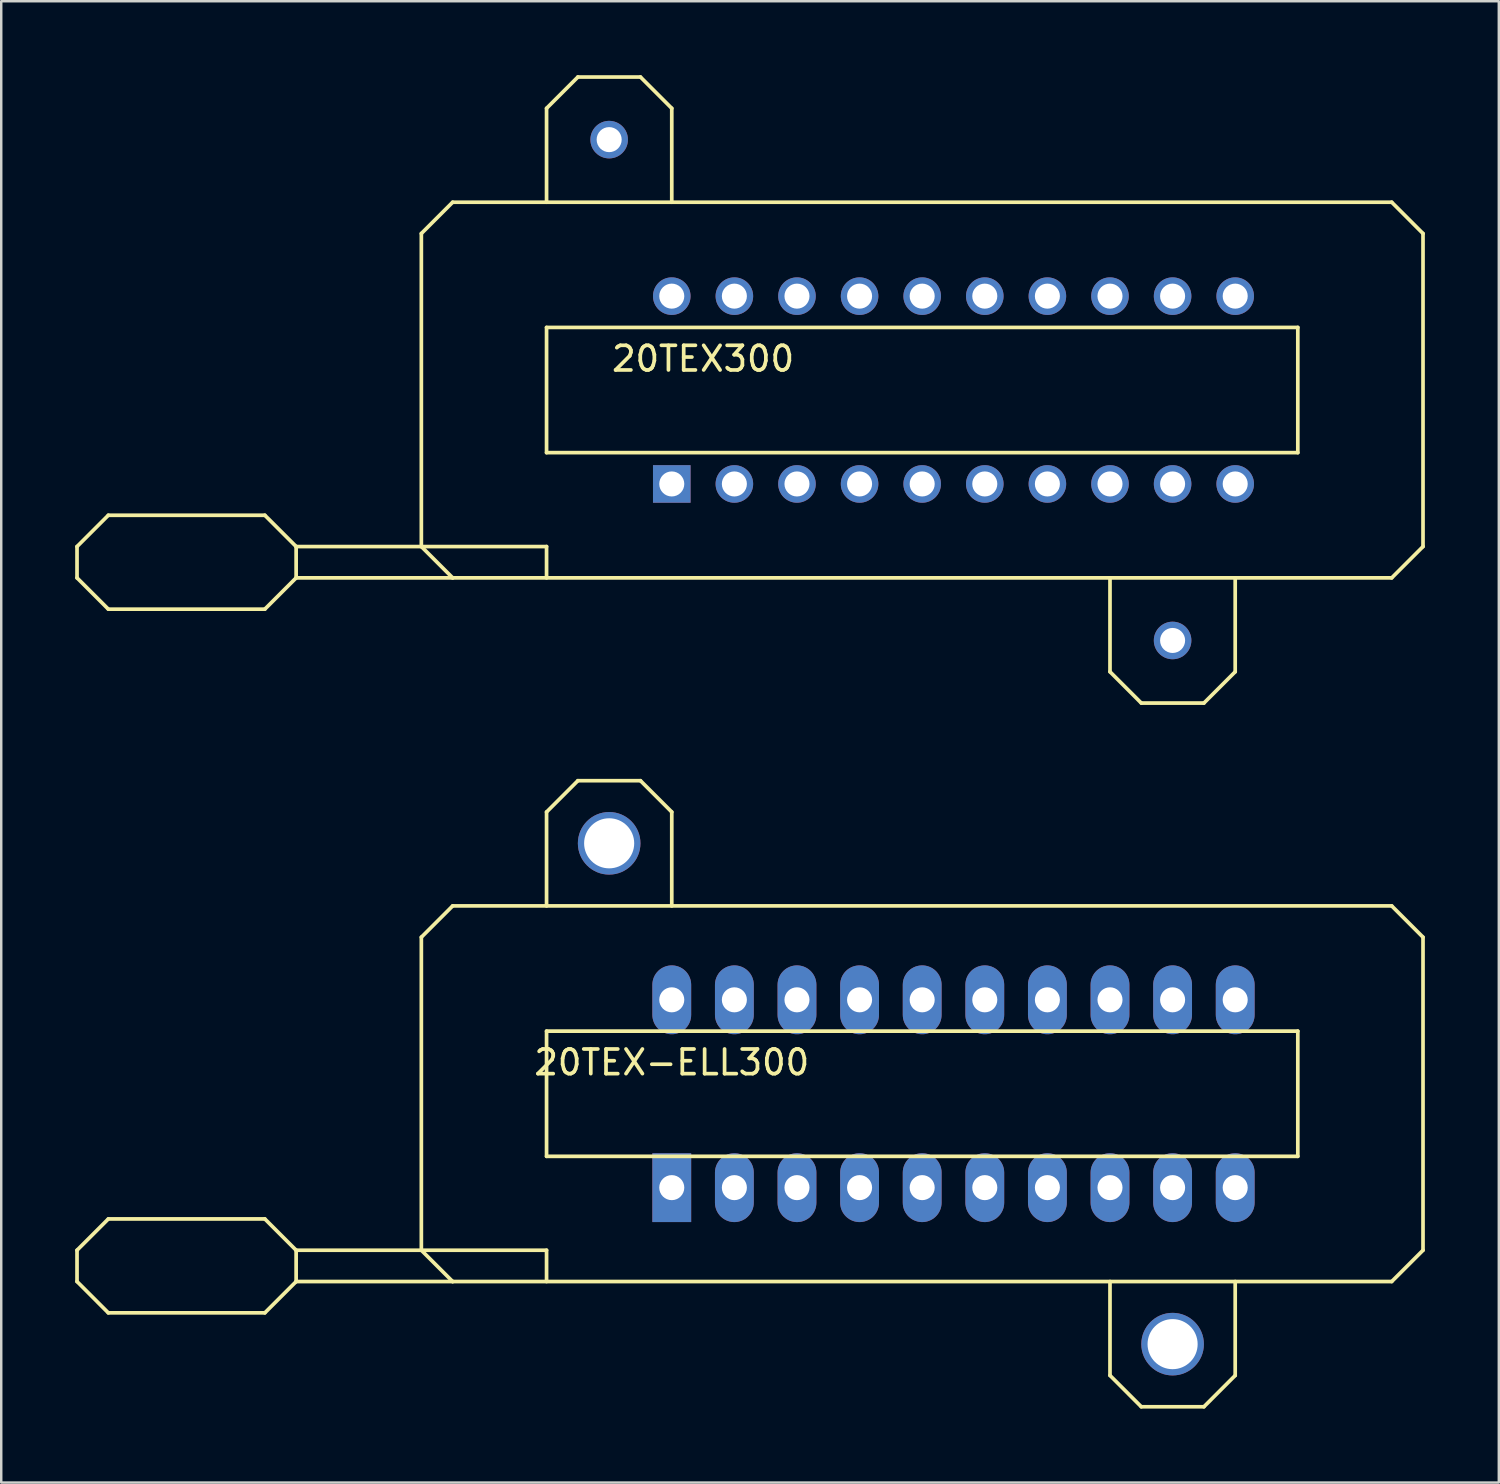
<source format=kicad_pcb>
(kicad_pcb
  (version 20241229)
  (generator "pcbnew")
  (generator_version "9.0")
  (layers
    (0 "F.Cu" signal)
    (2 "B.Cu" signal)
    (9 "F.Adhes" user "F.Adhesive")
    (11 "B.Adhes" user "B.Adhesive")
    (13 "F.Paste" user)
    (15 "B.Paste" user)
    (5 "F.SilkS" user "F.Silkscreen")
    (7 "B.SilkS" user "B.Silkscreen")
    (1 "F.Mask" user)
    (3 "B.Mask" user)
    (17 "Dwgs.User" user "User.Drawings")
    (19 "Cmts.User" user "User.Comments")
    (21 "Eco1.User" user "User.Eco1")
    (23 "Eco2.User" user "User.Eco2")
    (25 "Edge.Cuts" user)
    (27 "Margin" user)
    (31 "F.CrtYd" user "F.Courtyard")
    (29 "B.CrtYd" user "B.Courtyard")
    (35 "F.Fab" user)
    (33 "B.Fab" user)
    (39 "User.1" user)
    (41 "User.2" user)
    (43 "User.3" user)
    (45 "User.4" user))
  (footprint "20TEX300"
    (layer "F.Cu")
    (at 35.635 12.775)
    (property "Reference" "20TEX300" (at -10.16 -1.27 180) (layer "F.SilkS") (effects (font (size 1 1) (thickness 0.15))))
    (attr through_hole)
    (fp_line (start -35.56 6.35) (end -35.56 7.62) (stroke (width 0.15) (type solid)) (layer "F.SilkS"))
    (fp_line (start -35.56 7.62) (end -34.29 8.89) (stroke (width 0.15) (type solid)) (layer "F.SilkS"))
    (fp_line (start -34.29 5.08) (end -35.56 6.35) (stroke (width 0.15) (type solid)) (layer "F.SilkS"))
    (fp_line (start -34.29 8.89) (end -27.94 8.89) (stroke (width 0.15) (type solid)) (layer "F.SilkS"))
    (fp_line (start -27.94 5.08) (end -34.29 5.08) (stroke (width 0.15) (type solid)) (layer "F.SilkS"))
    (fp_line (start -27.94 8.89) (end -26.67 7.62) (stroke (width 0.15) (type solid)) (layer "F.SilkS"))
    (fp_line (start -26.67 6.35) (end -27.94 5.08) (stroke (width 0.15) (type solid)) (layer "F.SilkS"))
    (fp_line (start -26.67 6.35) (end -16.51 6.35) (stroke (width 0.15) (type solid)) (layer "F.SilkS"))
    (fp_line (start -26.67 7.62) (end -26.67 6.35) (stroke (width 0.15) (type solid)) (layer "F.SilkS"))
    (fp_line (start -26.67 7.62) (end -20.32 7.62) (stroke (width 0.15) (type solid)) (layer "F.SilkS"))
    (fp_line (start -21.59 -6.35) (end -20.32 -7.62) (stroke (width 0.15) (type solid)) (layer "F.SilkS"))
    (fp_line (start -21.59 6.35) (end -21.59 -6.35) (stroke (width 0.15) (type solid)) (layer "F.SilkS"))
    (fp_line (start -20.32 -7.62) (end 17.78 -7.62) (stroke (width 0.15) (type solid)) (layer "F.SilkS"))
    (fp_line (start -20.32 7.62) (end -21.59 6.35) (stroke (width 0.15) (type solid)) (layer "F.SilkS"))
    (fp_line (start -16.51 -11.43) (end -16.51 -7.62) (stroke (width 0.15) (type solid)) (layer "F.SilkS"))
    (fp_line (start -16.51 -2.54) (end -16.51 2.54) (stroke (width 0.15) (type solid)) (layer "F.SilkS"))
    (fp_line (start -16.51 2.54) (end 13.97 2.54) (stroke (width 0.15) (type solid)) (layer "F.SilkS"))
    (fp_line (start -16.51 6.35) (end -16.51 7.62) (stroke (width 0.15) (type solid)) (layer "F.SilkS"))
    (fp_line (start -15.24 -12.7) (end -16.51 -11.43) (stroke (width 0.15) (type solid)) (layer "F.SilkS"))
    (fp_line (start -12.7 -12.7) (end -15.24 -12.7) (stroke (width 0.15) (type solid)) (layer "F.SilkS"))
    (fp_line (start -11.43 -11.43) (end -12.7 -12.7) (stroke (width 0.15) (type solid)) (layer "F.SilkS"))
    (fp_line (start -11.43 -7.62) (end -11.43 -11.43) (stroke (width 0.15) (type solid)) (layer "F.SilkS"))
    (fp_line (start 6.35 11.43) (end 6.35 7.62) (stroke (width 0.15) (type solid)) (layer "F.SilkS"))
    (fp_line (start 7.62 12.7) (end 6.35 11.43) (stroke (width 0.15) (type solid)) (layer "F.SilkS"))
    (fp_line (start 10.16 12.7) (end 7.62 12.7) (stroke (width 0.15) (type solid)) (layer "F.SilkS"))
    (fp_line (start 11.43 11.43) (end 10.16 12.7) (stroke (width 0.15) (type solid)) (layer "F.SilkS"))
    (fp_line (start 11.43 11.43) (end 11.43 7.62) (stroke (width 0.15) (type solid)) (layer "F.SilkS"))
    (fp_line (start 13.97 -2.54) (end -16.51 -2.54) (stroke (width 0.15) (type solid)) (layer "F.SilkS"))
    (fp_line (start 13.97 2.54) (end 13.97 -2.54) (stroke (width 0.15) (type solid)) (layer "F.SilkS"))
    (fp_line (start 17.78 -7.62) (end 19.05 -6.35) (stroke (width 0.15) (type solid)) (layer "F.SilkS"))
    (fp_line (start 17.78 7.62) (end -20.32 7.62) (stroke (width 0.15) (type solid)) (layer "F.SilkS"))
    (fp_line (start 19.05 -6.35) (end 19.05 6.35) (stroke (width 0.15) (type solid)) (layer "F.SilkS"))
    (fp_line (start 19.05 6.35) (end 17.78 7.62) (stroke (width 0.15) (type solid)) (layer "F.SilkS"))
    (pad "1" thru_hole rect (at -11.43 3.81) (size 1.524 1.524) (drill 1.016) (layers "*.Cu" "*.Mask"))
    (pad "2" thru_hole circle (at -8.89 3.81) (size 1.524 1.524) (drill 1.016) (layers "*.Cu" "*.Mask"))
    (pad "3" thru_hole circle (at -6.35 3.81) (size 1.524 1.524) (drill 1.016) (layers "*.Cu" "*.Mask"))
    (pad "4" thru_hole circle (at -3.81 3.81) (size 1.524 1.524) (drill 1.016) (layers "*.Cu" "*.Mask"))
    (pad "5" thru_hole circle (at -1.27 3.81) (size 1.524 1.524) (drill 1.016) (layers "*.Cu" "*.Mask"))
    (pad "6" thru_hole circle (at 1.27 3.81) (size 1.524 1.524) (drill 1.016) (layers "*.Cu" "*.Mask"))
    (pad "7" thru_hole circle (at 3.81 3.81) (size 1.524 1.524) (drill 1.016) (layers "*.Cu" "*.Mask"))
    (pad "8" thru_hole circle (at 6.35 3.81) (size 1.524 1.524) (drill 1.016) (layers "*.Cu" "*.Mask"))
    (pad "9" thru_hole circle (at 8.89 3.81) (size 1.524 1.524) (drill 1.016) (layers "*.Cu" "*.Mask"))
    (pad "10" thru_hole circle (at 11.43 3.81) (size 1.524 1.524) (drill 1.016) (layers "*.Cu" "*.Mask"))
    (pad "11" thru_hole circle (at 11.43 -3.81) (size 1.524 1.524) (drill 1.016) (layers "*.Cu" "*.Mask"))
    (pad "12" thru_hole circle (at 8.89 -3.81) (size 1.524 1.524) (drill 1.016) (layers "*.Cu" "*.Mask"))
    (pad "13" thru_hole circle (at 6.35 -3.81) (size 1.524 1.524) (drill 1.016) (layers "*.Cu" "*.Mask"))
    (pad "14" thru_hole circle (at 3.81 -3.81) (size 1.524 1.524) (drill 1.016) (layers "*.Cu" "*.Mask"))
    (pad "15" thru_hole circle (at 1.27 -3.81) (size 1.524 1.524) (drill 1.016) (layers "*.Cu" "*.Mask"))
    (pad "16" thru_hole circle (at -1.27 -3.81) (size 1.524 1.524) (drill 1.016) (layers "*.Cu" "*.Mask"))
    (pad "17" thru_hole circle (at -3.81 -3.81) (size 1.524 1.524) (drill 1.016) (layers "*.Cu" "*.Mask"))
    (pad "18" thru_hole circle (at -6.35 -3.81) (size 1.524 1.524) (drill 1.016) (layers "*.Cu" "*.Mask"))
    (pad "19" thru_hole circle (at -8.89 -3.81) (size 1.524 1.524) (drill 1.016) (layers "*.Cu" "*.Mask"))
    (pad "20" thru_hole circle (at -11.43 -3.81) (size 1.524 1.524) (drill 1.016) (layers "*.Cu" "*.Mask"))
    (pad "HOLE" thru_hole circle (at -13.97 -10.16) (size 1.524 1.524) (drill 1.016) (layers "*.Cu" "*.Mask"))
    (pad "HOLE" thru_hole circle (at 8.89 10.16) (size 1.524 1.524) (drill 1.016) (layers "*.Cu" "*.Mask")))
  (footprint "20TEX-ELL300"
    (layer "F.Cu")
    (at 35.635 41.325)
    (property "Reference" "20TEX-ELL300" (at -11.43 -1.27 180) (layer "F.SilkS") (effects (font (size 1 1) (thickness 0.15))))
    (attr through_hole)
    (fp_line (start -35.56 6.35) (end -35.56 7.62) (stroke (width 0.15) (type solid)) (layer "F.SilkS"))
    (fp_line (start -35.56 7.62) (end -34.29 8.89) (stroke (width 0.15) (type solid)) (layer "F.SilkS"))
    (fp_line (start -34.29 5.08) (end -35.56 6.35) (stroke (width 0.15) (type solid)) (layer "F.SilkS"))
    (fp_line (start -34.29 8.89) (end -27.94 8.89) (stroke (width 0.15) (type solid)) (layer "F.SilkS"))
    (fp_line (start -27.94 5.08) (end -34.29 5.08) (stroke (width 0.15) (type solid)) (layer "F.SilkS"))
    (fp_line (start -27.94 8.89) (end -26.67 7.62) (stroke (width 0.15) (type solid)) (layer "F.SilkS"))
    (fp_line (start -26.67 6.35) (end -27.94 5.08) (stroke (width 0.15) (type solid)) (layer "F.SilkS"))
    (fp_line (start -26.67 6.35) (end -16.51 6.35) (stroke (width 0.15) (type solid)) (layer "F.SilkS"))
    (fp_line (start -26.67 7.62) (end -26.67 6.35) (stroke (width 0.15) (type solid)) (layer "F.SilkS"))
    (fp_line (start -26.67 7.62) (end -20.32 7.62) (stroke (width 0.15) (type solid)) (layer "F.SilkS"))
    (fp_line (start -21.59 -6.35) (end -20.32 -7.62) (stroke (width 0.15) (type solid)) (layer "F.SilkS"))
    (fp_line (start -21.59 6.35) (end -21.59 -6.35) (stroke (width 0.15) (type solid)) (layer "F.SilkS"))
    (fp_line (start -20.32 -7.62) (end 17.78 -7.62) (stroke (width 0.15) (type solid)) (layer "F.SilkS"))
    (fp_line (start -20.32 7.62) (end -21.59 6.35) (stroke (width 0.15) (type solid)) (layer "F.SilkS"))
    (fp_line (start -16.51 -11.43) (end -16.51 -7.62) (stroke (width 0.15) (type solid)) (layer "F.SilkS"))
    (fp_line (start -16.51 -2.54) (end -16.51 2.54) (stroke (width 0.15) (type solid)) (layer "F.SilkS"))
    (fp_line (start -16.51 2.54) (end 13.97 2.54) (stroke (width 0.15) (type solid)) (layer "F.SilkS"))
    (fp_line (start -16.51 6.35) (end -16.51 7.62) (stroke (width 0.15) (type solid)) (layer "F.SilkS"))
    (fp_line (start -15.24 -12.7) (end -16.51 -11.43) (stroke (width 0.15) (type solid)) (layer "F.SilkS"))
    (fp_line (start -12.7 -12.7) (end -15.24 -12.7) (stroke (width 0.15) (type solid)) (layer "F.SilkS"))
    (fp_line (start -11.43 -11.43) (end -12.7 -12.7) (stroke (width 0.15) (type solid)) (layer "F.SilkS"))
    (fp_line (start -11.43 -7.62) (end -11.43 -11.43) (stroke (width 0.15) (type solid)) (layer "F.SilkS"))
    (fp_line (start 6.35 11.43) (end 6.35 7.62) (stroke (width 0.15) (type solid)) (layer "F.SilkS"))
    (fp_line (start 7.62 12.7) (end 6.35 11.43) (stroke (width 0.15) (type solid)) (layer "F.SilkS"))
    (fp_line (start 10.16 12.7) (end 7.62 12.7) (stroke (width 0.15) (type solid)) (layer "F.SilkS"))
    (fp_line (start 11.43 11.43) (end 10.16 12.7) (stroke (width 0.15) (type solid)) (layer "F.SilkS"))
    (fp_line (start 11.43 11.43) (end 11.43 7.62) (stroke (width 0.15) (type solid)) (layer "F.SilkS"))
    (fp_line (start 13.97 -2.54) (end -16.51 -2.54) (stroke (width 0.15) (type solid)) (layer "F.SilkS"))
    (fp_line (start 13.97 2.54) (end 13.97 -2.54) (stroke (width 0.15) (type solid)) (layer "F.SilkS"))
    (fp_line (start 17.78 -7.62) (end 19.05 -6.35) (stroke (width 0.15) (type solid)) (layer "F.SilkS"))
    (fp_line (start 17.78 7.62) (end -20.32 7.62) (stroke (width 0.15) (type solid)) (layer "F.SilkS"))
    (fp_line (start 19.05 -6.35) (end 19.05 6.35) (stroke (width 0.15) (type solid)) (layer "F.SilkS"))
    (fp_line (start 19.05 6.35) (end 17.78 7.62) (stroke (width 0.15) (type solid)) (layer "F.SilkS"))
    (pad "1" thru_hole rect (at -11.43 3.81) (size 1.575 2.794) (drill 1.016) (layers "*.Cu" "*.Mask"))
    (pad "2" thru_hole oval (at -8.89 3.81) (size 1.575 2.794) (drill 1.016) (layers "*.Cu" "*.Mask"))
    (pad "3" thru_hole oval (at -6.35 3.81) (size 1.575 2.794) (drill 1.016) (layers "*.Cu" "*.Mask"))
    (pad "4" thru_hole oval (at -3.81 3.81) (size 1.575 2.794) (drill 1.016) (layers "*.Cu" "*.Mask"))
    (pad "5" thru_hole oval (at -1.27 3.81) (size 1.575 2.794) (drill 1.016) (layers "*.Cu" "*.Mask"))
    (pad "6" thru_hole oval (at 1.27 3.81) (size 1.575 2.794) (drill 1.016) (layers "*.Cu" "*.Mask"))
    (pad "7" thru_hole oval (at 3.81 3.81) (size 1.575 2.794) (drill 1.016) (layers "*.Cu" "*.Mask"))
    (pad "8" thru_hole oval (at 6.35 3.81) (size 1.575 2.794) (drill 1.016) (layers "*.Cu" "*.Mask"))
    (pad "9" thru_hole oval (at 8.89 3.81) (size 1.575 2.794) (drill 1.016) (layers "*.Cu" "*.Mask"))
    (pad "10" thru_hole oval (at 11.43 3.81) (size 1.575 2.794) (drill 1.016) (layers "*.Cu" "*.Mask"))
    (pad "11" thru_hole oval (at 11.43 -3.81) (size 1.575 2.794) (drill 1.016) (layers "*.Cu" "*.Mask"))
    (pad "12" thru_hole oval (at 8.89 -3.81) (size 1.575 2.794) (drill 1.016) (layers "*.Cu" "*.Mask"))
    (pad "13" thru_hole oval (at 6.35 -3.81) (size 1.575 2.794) (drill 1.016) (layers "*.Cu" "*.Mask"))
    (pad "14" thru_hole oval (at 3.81 -3.81) (size 1.575 2.794) (drill 1.016) (layers "*.Cu" "*.Mask"))
    (pad "15" thru_hole oval (at 1.27 -3.81) (size 1.575 2.794) (drill 1.016) (layers "*.Cu" "*.Mask"))
    (pad "16" thru_hole oval (at -1.27 -3.81) (size 1.575 2.794) (drill 1.016) (layers "*.Cu" "*.Mask"))
    (pad "17" thru_hole oval (at -3.81 -3.81) (size 1.575 2.794) (drill 1.016) (layers "*.Cu" "*.Mask"))
    (pad "18" thru_hole oval (at -6.35 -3.81) (size 1.575 2.794) (drill 1.016) (layers "*.Cu" "*.Mask"))
    (pad "19" thru_hole oval (at -8.89 -3.81) (size 1.575 2.794) (drill 1.016) (layers "*.Cu" "*.Mask"))
    (pad "20" thru_hole oval (at -11.43 -3.81) (size 1.575 2.794) (drill 1.016) (layers "*.Cu" "*.Mask"))
    (pad "HOLE" thru_hole circle (at -13.97 -10.16) (size 2.54 2.54) (drill 2.032) (layers "*.Cu" "*.Mask"))
    (pad "HOLE" thru_hole circle (at 8.89 10.16) (size 2.54 2.54) (drill 2.032) (layers "*.Cu" "*.Mask")))
  (gr_rect
    (start -3 -3)
    (end 57.76 57.1)
    (stroke (width 0.1) (type default))
    (fill no)
    (layer "Edge.Cuts")))
</source>
